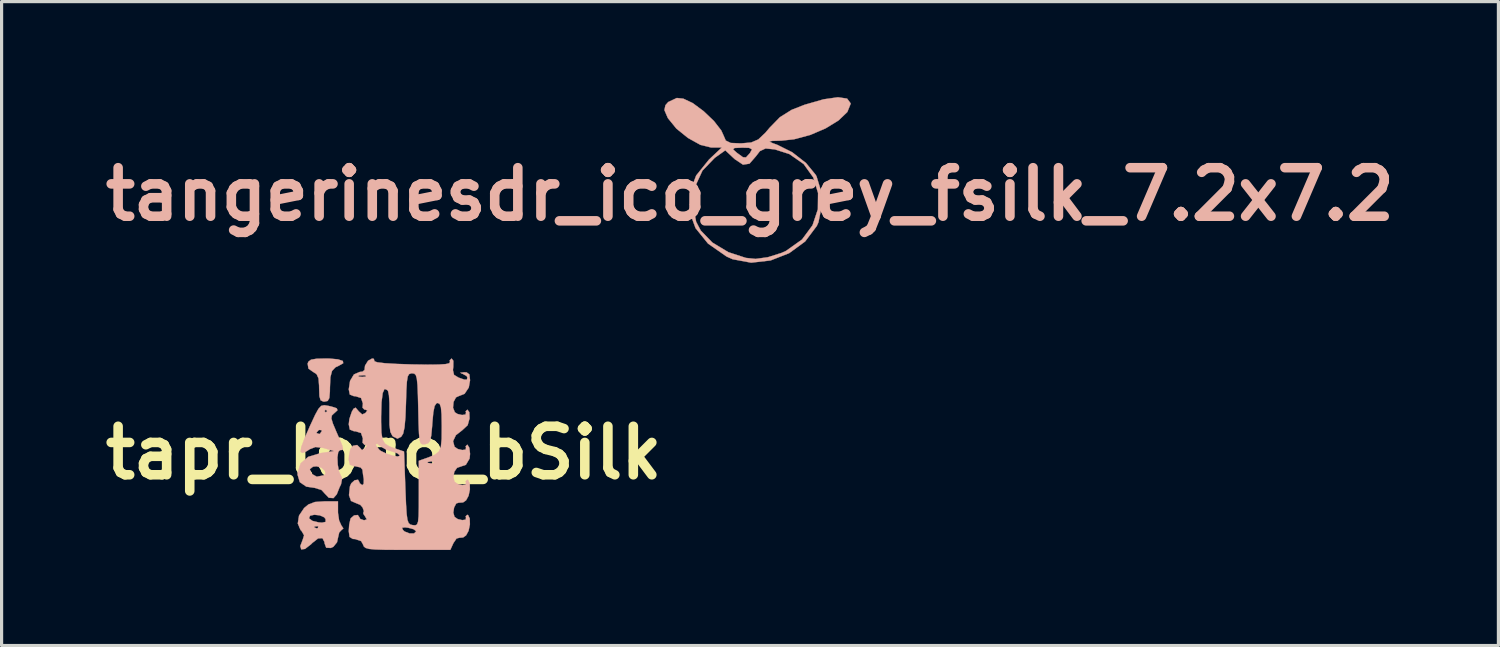
<source format=kicad_pcb>
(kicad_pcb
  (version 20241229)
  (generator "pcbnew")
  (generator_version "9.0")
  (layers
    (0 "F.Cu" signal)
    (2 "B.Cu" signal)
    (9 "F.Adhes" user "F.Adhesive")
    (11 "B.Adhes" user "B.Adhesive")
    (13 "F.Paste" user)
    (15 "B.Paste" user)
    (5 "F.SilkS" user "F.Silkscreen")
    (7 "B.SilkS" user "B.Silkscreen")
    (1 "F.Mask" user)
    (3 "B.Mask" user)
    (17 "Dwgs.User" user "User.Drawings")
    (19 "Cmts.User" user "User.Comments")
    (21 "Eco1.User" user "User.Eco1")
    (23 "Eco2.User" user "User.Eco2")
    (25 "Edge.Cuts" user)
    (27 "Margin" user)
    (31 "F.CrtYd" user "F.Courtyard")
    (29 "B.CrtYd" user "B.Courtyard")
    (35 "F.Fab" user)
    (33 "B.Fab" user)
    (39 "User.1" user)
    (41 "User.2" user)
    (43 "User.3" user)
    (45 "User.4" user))
  (footprint "tangerinesdr_ico_grey_fsilk_7.2x7.2"
    (layer "F.Cu")
    (at 20.509 3.052)
    (property "Reference" "tangerinesdr_ico_grey_fsilk_7.2x7.2" (at 0 0 0) (layer "B.SilkS") (effects (font (size 1.524 1.524) (thickness 0.3))))
    (attr through_hole)
    (fp_poly (pts (xy 3.05 -3.005) (xy 3.16 -2.857) (xy 3.161 -2.842) (xy 3.057 -2.584) (xy 2.779 -2.318) (xy 2.375 -2.07) (xy 1.894 -1.864) (xy 1.383 -1.727) (xy 0.984 -1.684) (xy 0.692 -1.676) (xy 0.609 -1.655) (xy 0.714 -1.604) (xy 0.847 -1.557) (xy 1.324 -1.32) (xy 1.758 -0.982) (xy 2.063 -0.61) (xy 2.089 -0.564) (xy 2.225 -0.116) (xy 2.245 0.403) (xy 2.15 0.878) (xy 2.099 0.993) (xy 1.731 1.483) (xy 1.228 1.851) (xy 0.645 2.079) (xy 0.036 2.149) (xy -0.545 2.041) (xy -0.734 1.957) (xy -1.318 1.55) (xy -1.711 1.064) (xy -1.908 0.526) (xy -1.906 0.324) (xy -1.799 0.324) (xy -1.692 0.865) (xy -1.548 1.14) (xy -1.182 1.517) (xy -0.681 1.819) (xy -0.131 1.999) (xy 0.174 2.031) (xy 0.56 1.978) (xy 0.988 1.843) (xy 1.132 1.778) (xy 1.633 1.422) (xy 1.964 0.974) (xy 2.131 0.473) (xy 2.137 -0.041) (xy 1.987 -0.528) (xy 1.686 -0.949) (xy 1.237 -1.263) (xy 0.777 -1.41) (xy 0.488 -1.438) (xy 0.31 -1.355) (xy 0.186 -1.194) (xy -0.017 -0.961) (xy -0.22 -0.93) (xy -0.476 -1.1) (xy -0.522 -1.142) (xy -0.776 -1.38) (xy -1.108 -1.144) (xy -1.495 -0.742) (xy -1.729 -0.232) (xy -1.799 0.324) (xy -1.906 0.324) (xy -1.903 -0.034) (xy -1.692 -0.588) (xy -1.286 -1.092) (xy -0.948 -1.41) (xy -0.533 -1.41) (xy -0.412 -1.302) (xy -0.402 -1.295) (xy -0.221 -1.163) (xy -0.126 -1.158) (xy -0.015 -1.28) (xy 0 -1.298) (xy 0.063 -1.412) (xy -0.031 -1.458) (xy -0.24 -1.464) (xy -0.485 -1.454) (xy -0.533 -1.41) (xy -0.948 -1.41) (xy -0.887 -1.468) (xy -1.217 -1.468) (xy -1.557 -1.551) (xy -1.948 -1.768) (xy -2.313 -2.063) (xy -2.574 -2.384) (xy -2.589 -2.411) (xy -2.689 -2.644) (xy -2.657 -2.797) (xy -2.57 -2.897) (xy -2.3 -3.024) (xy -2.095 -3.003) (xy -1.798 -2.863) (xy -1.456 -2.609) (xy -1.135 -2.303) (xy -0.904 -2.006) (xy -0.834 -1.853) (xy -0.761 -1.686) (xy -0.607 -1.612) (xy -0.303 -1.599) (xy -0.273 -1.599) (xy 0.037 -1.626) (xy 0.261 -1.722) (xy 0.486 -1.936) (xy 0.618 -2.092) (xy 0.939 -2.421) (xy 1.31 -2.653) (xy 1.714 -2.811) (xy 2.309 -2.982) (xy 2.761 -3.047) (xy 3.05 -3.005)) (stroke (width 0.01) (type solid)) (fill yes) (layer "B.SilkS")))
  (footprint "tapr_logo_bSilk"
    (layer "F.Cu")
    (at 8.828 11.174)
    (property "Reference" "tapr_logo_bSilk" (at 0.178 0 0) (layer "F.SilkS") (effects (font (size 1.524 1.524) (thickness 0.3))))
    (attr through_hole)
    (fp_poly (pts (xy -1.934 -2.956) (xy -2.107 -2.927) (xy -2.19 -2.864) (xy -2.215 -2.803) (xy -2.189 -2.645) (xy -2.056 -2.551) (xy -1.933 -2.47) (xy -1.873 -2.34) (xy -1.855 -2.108) (xy -1.854 -2.034) (xy -1.845 -1.779) (xy -1.808 -1.652) (xy -1.725 -1.611) (xy -1.685 -1.609) (xy -1.585 -1.63) (xy -1.534 -1.721) (xy -1.516 -1.923) (xy -1.514 -2.053) (xy -1.5 -2.376) (xy -1.448 -2.573) (xy -1.342 -2.686) (xy -1.24 -2.734) (xy -1.097 -2.815) (xy -1.109 -2.885) (xy -1.262 -2.937) (xy -1.543 -2.962) (xy -1.633 -2.963) (xy -1.934 -2.956)) (stroke (width 0.01) (type solid)) (fill yes) (layer "B.SilkS"))
    (fp_poly (pts (xy -1.987 1.544) (xy -2.189 1.621) (xy -2.324 1.732) (xy -2.485 1.972) (xy -2.524 2.22) (xy -2.437 2.424) (xy -2.406 2.454) (xy -2.327 2.59) (xy -2.364 2.713) (xy -2.446 2.93) (xy -2.415 3.034) (xy -2.296 3.018) (xy -2.108 2.872) (xy -2.066 2.829) (xy -1.886 2.688) (xy -1.75 2.68) (xy -1.686 2.803) (xy -1.685 2.836) (xy -1.632 2.98) (xy -1.487 2.988) (xy -1.408 2.952) (xy -1.292 2.81) (xy -1.262 2.67) (xy -1.222 2.499) (xy -1.156 2.431) (xy -1.092 2.374) (xy -1.133 2.314) (xy -1.882 2.314) (xy -1.894 2.365) (xy -1.939 2.371) (xy -2.009 2.34) (xy -1.995 2.314) (xy -1.895 2.304) (xy -1.882 2.314) (xy -1.133 2.314) (xy -1.156 2.28) (xy -1.206 2.169) (xy -1.65 2.169) (xy -1.762 2.193) (xy -1.869 2.185) (xy -2.066 2.137) (xy -2.171 2.056) (xy -2.172 2.053) (xy -2.137 1.974) (xy -2.004 1.945) (xy -1.836 1.963) (xy -1.696 2.024) (xy -1.652 2.08) (xy -1.65 2.169) (xy -1.206 2.169) (xy -1.226 2.125) (xy -1.261 1.89) (xy -1.262 1.846) (xy -1.262 1.524) (xy -1.689 1.524) (xy -1.987 1.544)) (stroke (width 0.01) (type solid)) (fill yes) (layer "B.SilkS"))
    (fp_poly (pts (xy -1.788 -1.475) (xy -1.874 -1.383) (xy -1.978 -1.195) (xy -2.124 -0.881) (xy -2.137 -0.854) (xy -2.316 -0.446) (xy -2.416 -0.176) (xy -2.435 -0.029) (xy -2.375 0.006) (xy -2.235 -0.057) (xy -2.148 -0.114) (xy -1.968 -0.183) (xy -1.731 -0.155) (xy -1.685 -0.142) (xy -1.389 -0.056) (xy -1.812 0.01) (xy -2.195 0.125) (xy -2.433 0.329) (xy -2.529 0.622) (xy -2.532 0.684) (xy -2.461 0.921) (xy -2.256 1.062) (xy -1.99 1.101) (xy -1.777 1.168) (xy -1.685 1.27) (xy -1.55 1.411) (xy -1.403 1.422) (xy -1.298 1.3) (xy -1.295 1.291) (xy -1.214 1.087) (xy -1.166 0.988) (xy -1.13 0.802) (xy -1.162 0.734) (xy -1.195 0.662) (xy -1.653 0.662) (xy -1.702 0.705) (xy -1.927 0.75) (xy -2.085 0.663) (xy -2.097 0.648) (xy -2.147 0.513) (xy -2.046 0.435) (xy -1.935 0.423) (xy -1.781 0.466) (xy -1.673 0.562) (xy -1.653 0.662) (xy -1.195 0.662) (xy -1.231 0.581) (xy -1.27 0.364) (xy -1.279 0.142) (xy -1.253 -0.027) (xy -1.2 -0.085) (xy -1.129 -0.091) (xy -1.104 -0.13) (xy -1.131 -0.237) (xy -1.216 -0.443) (xy -1.308 -0.652) (xy -1.321 -0.682) (xy -1.77 -0.682) (xy -1.831 -0.596) (xy -1.854 -0.593) (xy -1.937 -0.622) (xy -1.939 -0.63) (xy -1.88 -0.702) (xy -1.854 -0.72) (xy -1.776 -0.713) (xy -1.77 -0.682) (xy -1.321 -0.682) (xy -1.422 -0.921) (xy -1.469 -1.08) (xy -1.454 -1.173) (xy -1.382 -1.243) (xy -1.377 -1.246) (xy -1.305 -1.312) (xy -1.6 -1.312) (xy -1.643 -1.27) (xy -1.685 -1.312) (xy -1.643 -1.355) (xy -1.6 -1.312) (xy -1.305 -1.312) (xy -1.277 -1.338) (xy -1.3 -1.399) (xy -1.465 -1.453) (xy -1.566 -1.476) (xy -1.693 -1.496) (xy -1.788 -1.475)) (stroke (width 0.01) (type solid)) (fill yes) (layer "B.SilkS"))
    (fp_poly (pts (xy 2.247 -2.904) (xy 2.256 -2.857) (xy 2.236 -2.815) (xy 2.124 -2.788) (xy 1.902 -2.773) (xy 1.548 -2.77) (xy 1.066 -2.777) (xy 0.581 -2.793) (xy 0.211 -2.815) (xy -0.028 -2.844) (xy -0.117 -2.877) (xy -0.116 -2.883) (xy -0.136 -2.953) (xy -0.189 -2.963) (xy -0.316 -2.893) (xy -0.412 -2.739) (xy -0.428 -2.603) (xy -0.487 -2.552) (xy -0.581 -2.54) (xy -0.76 -2.463) (xy -0.882 -2.26) (xy -0.923 -1.995) (xy -0.89 -1.831) (xy -0.759 -1.779) (xy -0.711 -1.778) (xy -0.538 -1.723) (xy -0.479 -1.552) (xy -0.49 -1.418) (xy -0.433 -1.359) (xy -0.398 -1.355) (xy -0.339 -1.33) (xy -0.398 -1.253) (xy -0.5 -1.206) (xy -0.609 -1.303) (xy -0.615 -1.311) (xy -0.708 -1.419) (xy -0.773 -1.385) (xy -0.827 -1.291) (xy -0.904 -1.061) (xy -0.923 -0.895) (xy -0.89 -0.731) (xy -0.759 -0.679) (xy -0.711 -0.677) (xy -0.538 -0.623) (xy -0.479 -0.451) (xy -0.49 -0.318) (xy -0.433 -0.258) (xy -0.398 -0.254) (xy -0.347 -0.224) (xy -0.409 -0.148) (xy -0.509 -0.085) (xy -0.56 -0.148) (xy -0.66 -0.246) (xy -0.794 -0.221) (xy -0.871 -0.12) (xy -0.913 0.071) (xy -0.923 0.219) (xy -0.886 0.375) (xy -0.744 0.423) (xy -0.711 0.423) (xy -0.55 0.46) (xy -0.493 0.529) (xy -0.473 0.695) (xy -0.451 0.826) (xy -0.455 0.972) (xy -0.5 1.016) (xy -0.582 0.952) (xy -0.584 0.931) (xy -0.632 0.845) (xy -0.737 0.861) (xy -0.844 0.957) (xy -0.886 1.052) (xy -0.916 1.33) (xy -0.852 1.511) (xy -0.725 1.567) (xy -0.559 1.635) (xy -0.489 1.715) (xy -0.446 1.834) (xy -0.463 1.863) (xy -0.466 1.915) (xy -0.415 1.99) (xy -0.356 2.09) (xy -0.434 2.117) (xy -0.447 2.117) (xy -0.566 2.074) (xy -0.584 2.032) (xy -0.639 1.953) (xy -0.755 1.965) (xy -0.858 2.054) (xy -0.871 2.081) (xy -0.91 2.264) (xy -0.923 2.462) (xy -0.898 2.641) (xy -0.796 2.705) (xy -0.721 2.709) (xy -0.535 2.773) (xy -0.475 2.879) (xy -0.449 2.942) (xy -0.394 2.987) (xy -0.284 3.018) (xy -0.093 3.036) (xy 0.203 3.045) (xy 0.629 3.048) (xy 0.918 3.048) (xy 2.267 3.048) (xy 2.366 2.832) (xy 2.462 2.692) (xy 2.549 2.668) (xy 2.67 2.658) (xy 2.761 2.594) (xy 2.832 2.465) (xy 1.194 2.465) (xy 1.129 2.531) (xy 0.985 2.531) (xy 0.834 2.473) (xy 0.783 2.428) (xy 0.749 2.354) (xy 0.841 2.341) (xy 0.942 2.353) (xy 1.119 2.401) (xy 1.194 2.464) (xy 1.194 2.465) (xy 2.832 2.465) (xy 2.841 2.447) (xy 2.882 2.249) (xy 2.877 2.064) (xy 2.826 1.956) (xy 2.797 1.947) (xy 2.747 1.999) (xy 2.76 2.032) (xy 2.749 2.099) (xy 2.642 2.114) (xy 2.502 2.082) (xy 2.399 2.011) (xy 2.361 1.878) (xy 2.386 1.716) (xy 2.454 1.589) (xy 2.542 1.563) (xy 2.548 1.566) (xy 2.669 1.557) (xy 2.761 1.493) (xy 2.841 1.347) (xy 2.882 1.149) (xy 2.877 0.964) (xy 2.826 0.855) (xy 2.797 0.847) (xy 2.747 0.899) (xy 2.76 0.931) (xy 2.749 0.998) (xy 2.642 1.014) (xy 2.503 0.981) (xy 2.4 0.91) (xy 2.361 0.765) (xy 2.394 0.591) (xy 2.478 0.472) (xy 2.515 0.458) (xy 2.756 0.376) (xy 2.79 0.318) (xy 1.75 0.318) (xy 1.667 0.332) (xy 1.557 0.316) (xy 1.555 0.288) (xy 1.669 0.267) (xy 1.718 0.281) (xy 1.75 0.318) (xy 2.79 0.318) (xy 2.872 0.18) (xy 2.887 0.033) (xy 2.864 -0.159) (xy 2.807 -0.252) (xy 2.797 -0.254) (xy 2.747 -0.202) (xy 2.76 -0.169) (xy 2.749 -0.102) (xy 2.642 -0.087) (xy 2.503 -0.12) (xy 2.4 -0.191) (xy 2.353 -0.366) (xy 2.442 -0.554) (xy 2.636 -0.705) (xy 2.754 -0.814) (xy 1.998 -0.814) (xy 1.995 -0.438) (xy 1.971 -0.194) (xy 1.909 -0.042) (xy 1.788 0.056) (xy 1.591 0.139) (xy 1.511 0.167) (xy 1.278 0.25) (xy 1.278 1.274) (xy 1.277 1.704) (xy 1.271 1.991) (xy 1.253 2.165) (xy 1.22 2.251) (xy 1.165 2.277) (xy 1.088 2.271) (xy 1.011 2.253) (xy 0.957 2.205) (xy 0.92 2.102) (xy 0.895 1.915) (xy 0.876 1.617) (xy 0.858 1.182) (xy 0.855 1.101) (xy 0.818 0.085) (xy 0.686 0.085) (xy 0.619 0.115) (xy 0.457 0.089) (xy 0.26 0.025) (xy 0.085 -0.06) (xy 0.043 -0.091) (xy -0.059 -0.215) (xy -0.076 -0.27) (xy -0.029 -0.286) (xy 0.05 -0.225) (xy 0.224 -0.114) (xy 0.431 -0.043) (xy 0.609 0.017) (xy 0.686 0.084) (xy 0.686 0.085) (xy 0.818 0.085) (xy 0.813 -0.042) (xy 0.559 -0.127) (xy 0.349 -0.204) (xy 0.214 -0.29) (xy 0.137 -0.421) (xy 0.103 -0.634) (xy 0.093 -0.965) (xy 0.093 -1.143) (xy 0.106 -1.589) (xy 0.143 -1.879) (xy 0.203 -2.008) (xy 0.286 -1.973) (xy 0.312 -1.936) (xy 0.339 -1.807) (xy 0.355 -1.561) (xy 0.355 -1.249) (xy 0.355 -1.23) (xy 0.355 -0.878) (xy 0.384 -0.658) (xy 0.448 -0.532) (xy 0.469 -0.512) (xy 0.608 -0.446) (xy 0.725 -0.506) (xy 0.786 -0.605) (xy 0.829 -0.801) (xy 0.857 -1.119) (xy 0.874 -1.553) (xy 0.886 -1.965) (xy 0.903 -2.235) (xy 0.929 -2.395) (xy 0.929 -2.396) (xy -0.383 -2.396) (xy -0.5 -2.384) (xy -0.62 -2.397) (xy -0.605 -2.427) (xy -0.432 -2.438) (xy -0.394 -2.427) (xy -0.383 -2.396) (xy 0.929 -2.396) (xy 0.971 -2.472) (xy 1.036 -2.496) (xy 1.067 -2.498) (xy 1.135 -2.488) (xy 1.184 -2.44) (xy 1.215 -2.329) (xy 1.236 -2.126) (xy 1.249 -1.807) (xy 1.26 -1.37) (xy 1.27 -0.916) (xy 1.283 -0.604) (xy 1.302 -0.409) (xy 1.333 -0.306) (xy 1.382 -0.267) (xy 1.452 -0.267) (xy 1.471 -0.27) (xy 1.569 -0.299) (xy 1.63 -0.377) (xy 1.668 -0.541) (xy 1.695 -0.827) (xy 1.702 -0.931) (xy 1.733 -1.272) (xy 1.774 -1.471) (xy 1.833 -1.557) (xy 1.871 -1.566) (xy 1.933 -1.536) (xy 1.972 -1.427) (xy 1.992 -1.21) (xy 1.998 -0.855) (xy 1.998 -0.814) (xy 2.754 -0.814) (xy 2.812 -0.868) (xy 2.871 -1.081) (xy 2.864 -1.277) (xy 2.805 -1.355) (xy 2.803 -1.355) (xy 2.747 -1.303) (xy 2.76 -1.27) (xy 2.746 -1.204) (xy 2.636 -1.188) (xy 2.495 -1.22) (xy 2.409 -1.274) (xy 2.352 -1.418) (xy 2.369 -1.599) (xy 2.445 -1.742) (xy 2.522 -1.778) (xy 2.715 -1.854) (xy 2.847 -2.052) (xy 2.887 -2.28) (xy 2.866 -2.464) (xy 2.778 -2.528) (xy 2.697 -2.53) (xy 2.582 -2.516) (xy 2.63 -2.488) (xy 2.654 -2.482) (xy 2.78 -2.412) (xy 2.802 -2.364) (xy 2.787 -2.299) (xy 2.707 -2.3) (xy 2.525 -2.363) (xy 2.383 -2.45) (xy 2.349 -2.599) (xy 2.36 -2.702) (xy 2.362 -2.892) (xy 2.307 -2.963) (xy 2.247 -2.904)) (stroke (width 0.01) (type solid)) (fill yes) (layer "B.SilkS")))
  (gr_rect
    (start -3 -3)
    (end 44.017 17.227)
    (stroke (width 0.1) (type default))
    (fill no)
    (layer "Edge.Cuts")))
</source>
